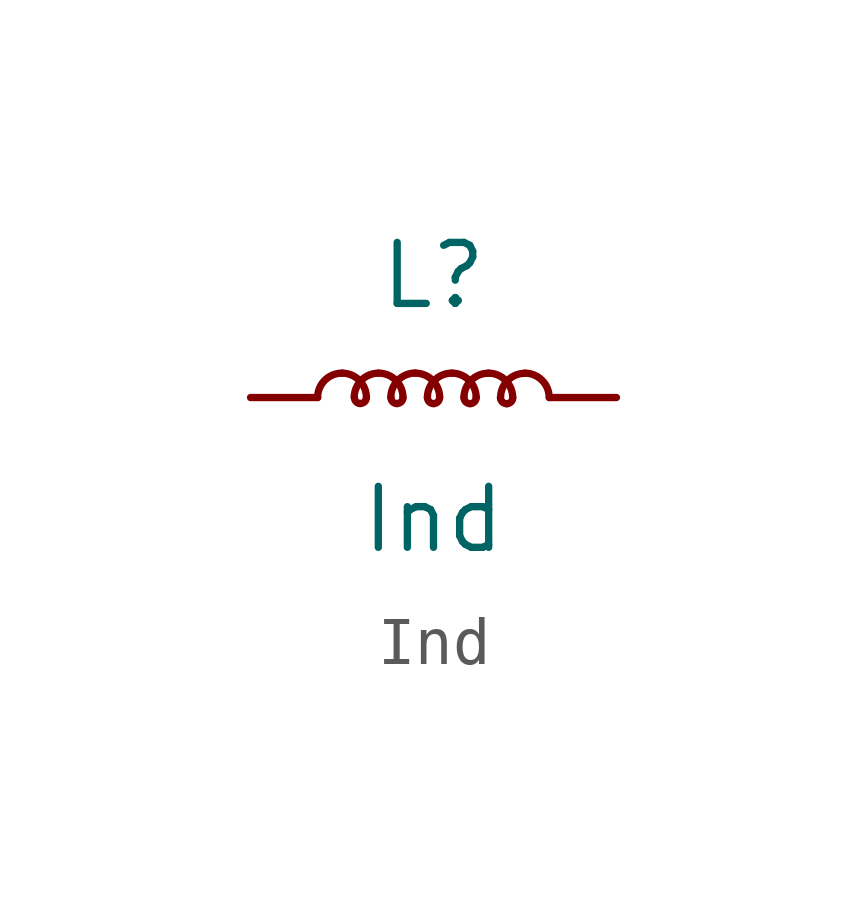
<source format=kicad_sym>
(kicad_symbol_lib
  (version 20220914)
  (generator kicad_symbol_editor)
  (symbol "Ind"
    (pin_numbers hide)
    (pin_names hide)
    (property "Reference" "L"
      (at 0 2.54 0)
      (effects (font (size 1.27 1.27))))
    (property "Value" "Ind"
      (at 0 -2.54 0)
      (effects (font (size 1.27 1.27))))
    (symbol "Ind_0_1"
      (arc (start -1.905 0.508) (mid -2.2642 0.3592) (end -2.413 0) (stroke (width 0) (type default)) (fill (type none)))
      (arc (start -1.651 0) (mid -1.6138 -0.0898) (end -1.524 -0.127) (stroke (width 0) (type default)) (fill (type none)))
      (arc (start -1.524 -0.127) (mid -1.4342 -0.0898) (end -1.397 0) (stroke (width 0) (type default)) (fill (type none)))
      (arc (start -1.397 0) (mid -1.5458 0.3592) (end -1.905 0.508) (stroke (width 0) (type default)) (fill (type none)))
      (arc (start -1.143 0.508) (mid -1.5022 0.3592) (end -1.651 0) (stroke (width 0) (type default)) (fill (type none)))
      (arc (start -0.889 0) (mid -0.8518 -0.0898) (end -0.762 -0.127) (stroke (width 0) (type default)) (fill (type none)))
      (arc (start -0.762 -0.127) (mid -0.6722 -0.0898) (end -0.635 0) (stroke (width 0) (type default)) (fill (type none)))
      (arc (start -0.635 0) (mid -0.7838 0.3592) (end -1.143 0.508) (stroke (width 0) (type default)) (fill (type none)))
      (arc (start -0.381 0.508) (mid -0.7402 0.3592) (end -0.889 0) (stroke (width 0) (type default)) (fill (type none)))
      (arc (start -0.127 0) (mid -0.0898 -0.0898) (end 0 -0.127) (stroke (width 0) (type default)) (fill (type none)))
      (arc (start 0 -0.127) (mid 0.0898 -0.0898) (end 0.127 0) (stroke (width 0) (type default)) (fill (type none)))
      (arc (start 0.127 0) (mid -0.0218 0.3592) (end -0.381 0.508) (stroke (width 0) (type default)) (fill (type none)))
      (arc (start 0.381 0.508) (mid 0.0218 0.3592) (end -0.127 0) (stroke (width 0) (type default)) (fill (type none)))
      (arc (start 0.635 0) (mid 0.6722 -0.0898) (end 0.762 -0.127) (stroke (width 0) (type default)) (fill (type none)))
      (arc (start 0.762 -0.127) (mid 0.8518 -0.0898) (end 0.889 0) (stroke (width 0) (type default)) (fill (type none)))
      (arc (start 0.889 0) (mid 0.7402 0.3592) (end 0.381 0.508) (stroke (width 0) (type default)) (fill (type none)))
      (arc (start 1.143 0.508) (mid 0.7838 0.3592) (end 0.635 0) (stroke (width 0) (type default)) (fill (type none)))
      (arc (start 1.397 0) (mid 1.4342 -0.0898) (end 1.524 -0.127) (stroke (width 0) (type default)) (fill (type none)))
      (arc (start 1.524 -0.127) (mid 1.6138 -0.0898) (end 1.651 0) (stroke (width 0) (type default)) (fill (type none)))
      (arc (start 1.651 0) (mid 1.5022 0.3592) (end 1.143 0.508) (stroke (width 0) (type default)) (fill (type none)))
      (arc (start 1.905 0.508) (mid 1.5458 0.3592) (end 1.397 0) (stroke (width 0) (type default)) (fill (type none)))
      (arc (start 2.413 0) (mid 2.2642 0.3592) (end 1.905 0.508) (stroke (width 0) (type default)) (fill (type none))))
    (symbol "Ind_1_1"
      (pin passive line (at -3.81 0 0) (length 1.397) (name "" (effects (font (size 1.27 1.27)))) (number "1" (effects (font (size 1.27 1.27)))))
      (pin passive line (at 3.81 0 180) (length 1.397) (name "" (effects (font (size 1.27 1.27)))) (number "2" (effects (font (size 1.27 1.27))))))))
</source>
